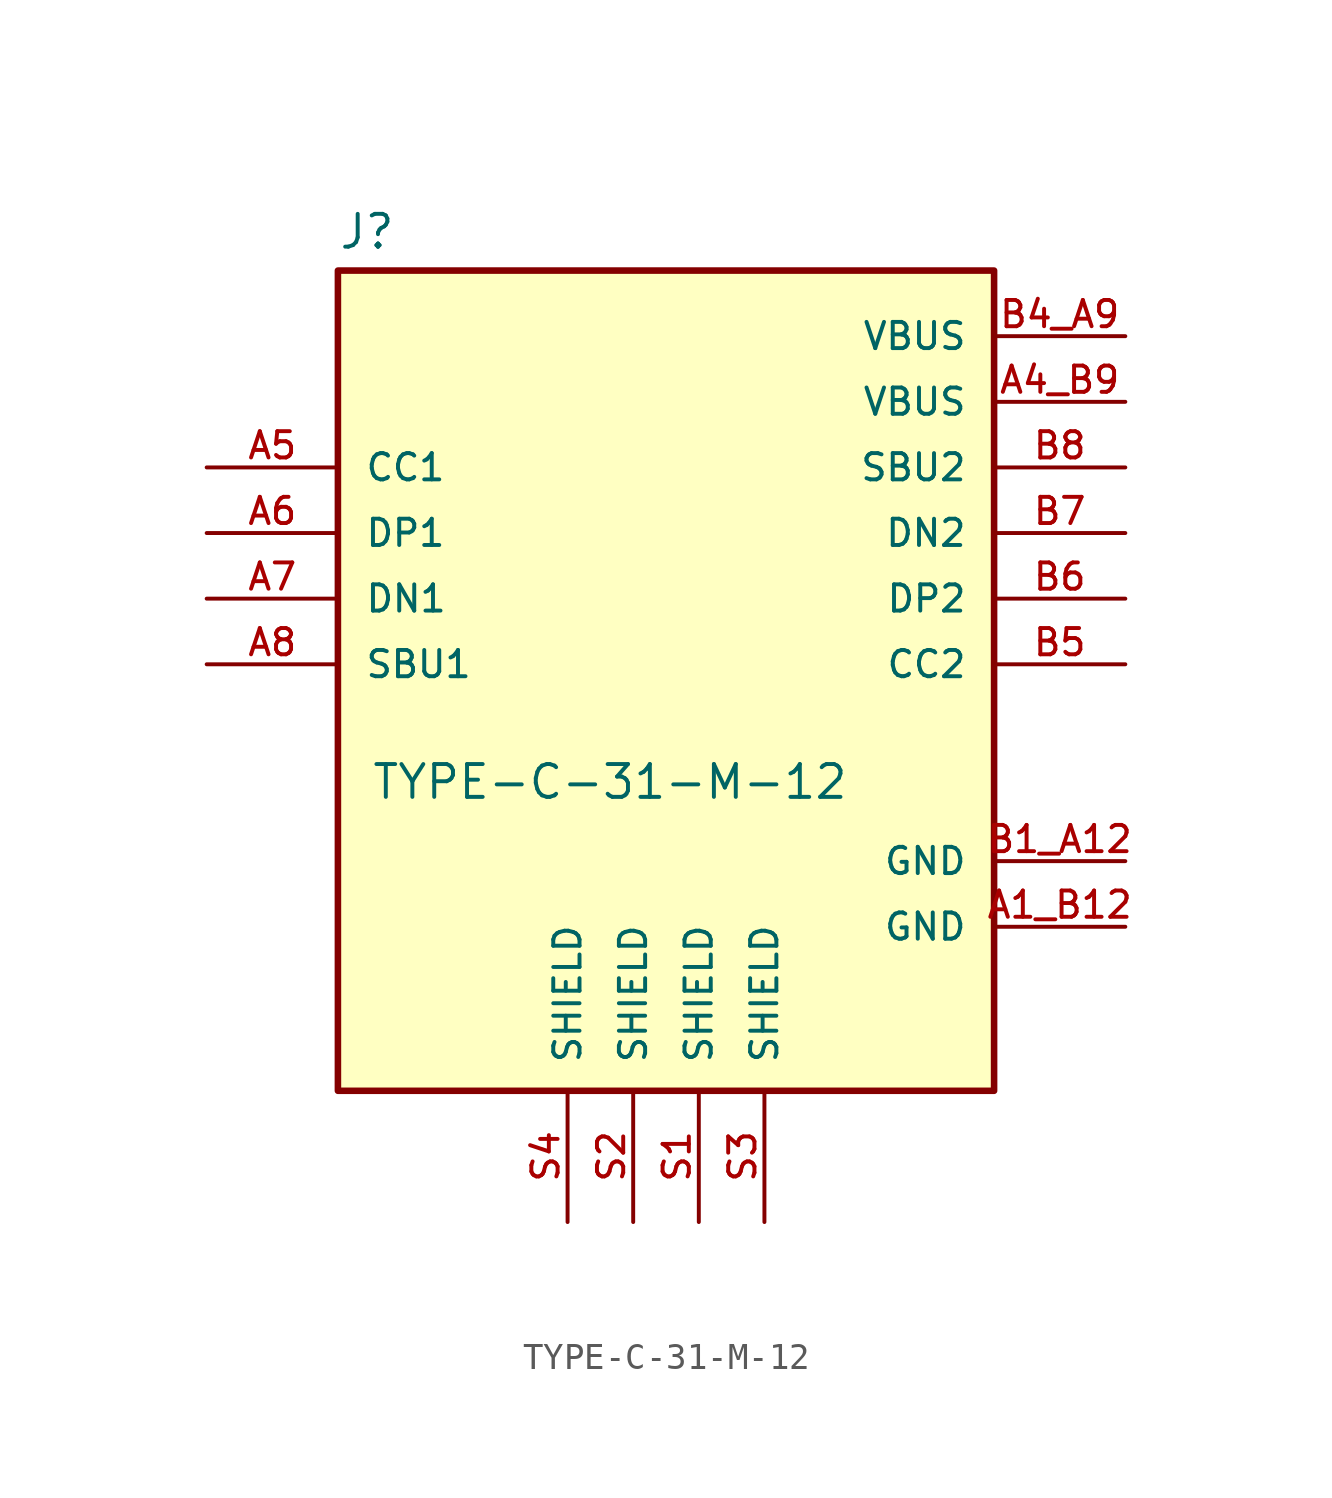
<source format=kicad_sym>
(kicad_symbol_lib
  (version 20220914)
  (generator kicad_symbol_editor)
  (symbol "TYPE-C-31-M-12"
    (pin_names
      (offset 1.016))
    (property "Reference" "J"
      (at -12.7 13.462 0)
      (effects (font (size 1.27 1.27)) (justify left bottom)))
    (property "Value" "TYPE-C-31-M-12"
      (at -11.43 -6.35 0)
      (effects (font (size 1.27 1.27)) (justify left top)))
    (symbol "TYPE-C-31-M-12_0_0"
      (rectangle (start -12.7 12.7) (end 12.7 -19.05) (stroke (width 0.254) (type default)) (fill (type background)))
      (pin power_in line (at 17.78 -12.7 180) (length 5.08) (name "GND" (effects (font (size 1.016 1.016)))) (number "A1_B12" (effects (font (size 1.016 1.016)))))
      (pin power_in line (at 17.78 7.62 180) (length 5.08) (name "VBUS" (effects (font (size 1.016 1.016)))) (number "A4_B9" (effects (font (size 1.016 1.016)))))
      (pin bidirectional line (at -17.78 5.08 0) (length 5.08) (name "CC1" (effects (font (size 1.016 1.016)))) (number "A5" (effects (font (size 1.016 1.016)))))
      (pin bidirectional line (at -17.78 2.54 0) (length 5.08) (name "DP1" (effects (font (size 1.016 1.016)))) (number "A6" (effects (font (size 1.016 1.016)))))
      (pin bidirectional line (at -17.78 0 0) (length 5.08) (name "DN1" (effects (font (size 1.016 1.016)))) (number "A7" (effects (font (size 1.016 1.016)))))
      (pin bidirectional line (at -17.78 -2.54 0) (length 5.08) (name "SBU1" (effects (font (size 1.016 1.016)))) (number "A8" (effects (font (size 1.016 1.016)))))
      (pin power_in line (at 17.78 -10.16 180) (length 5.08) (name "GND" (effects (font (size 1.016 1.016)))) (number "B1_A12" (effects (font (size 1.016 1.016)))))
      (pin power_in line (at 17.78 10.16 180) (length 5.08) (name "VBUS" (effects (font (size 1.016 1.016)))) (number "B4_A9" (effects (font (size 1.016 1.016)))))
      (pin bidirectional line (at 17.78 -2.54 180) (length 5.08) (name "CC2" (effects (font (size 1.016 1.016)))) (number "B5" (effects (font (size 1.016 1.016)))))
      (pin bidirectional line (at 17.78 0 180) (length 5.08) (name "DP2" (effects (font (size 1.016 1.016)))) (number "B6" (effects (font (size 1.016 1.016)))))
      (pin bidirectional line (at 17.78 2.54 180) (length 5.08) (name "DN2" (effects (font (size 1.016 1.016)))) (number "B7" (effects (font (size 1.016 1.016)))))
      (pin bidirectional line (at 17.78 5.08 180) (length 5.08) (name "SBU2" (effects (font (size 1.016 1.016)))) (number "B8" (effects (font (size 1.016 1.016)))))
      (pin passive line (at 1.27 -24.13 90) (length 5.08) (name "SHIELD" (effects (font (size 1.016 1.016)))) (number "S1" (effects (font (size 1.016 1.016)))))
      (pin passive line (at -1.27 -24.13 90) (length 5.08) (name "SHIELD" (effects (font (size 1.016 1.016)))) (number "S2" (effects (font (size 1.016 1.016)))))
      (pin passive line (at 3.81 -24.13 90) (length 5.08) (name "SHIELD" (effects (font (size 1.016 1.016)))) (number "S3" (effects (font (size 1.016 1.016)))))
      (pin passive line (at -3.81 -24.13 90) (length 5.08) (name "SHIELD" (effects (font (size 1.016 1.016)))) (number "S4" (effects (font (size 1.016 1.016))))))))
</source>
